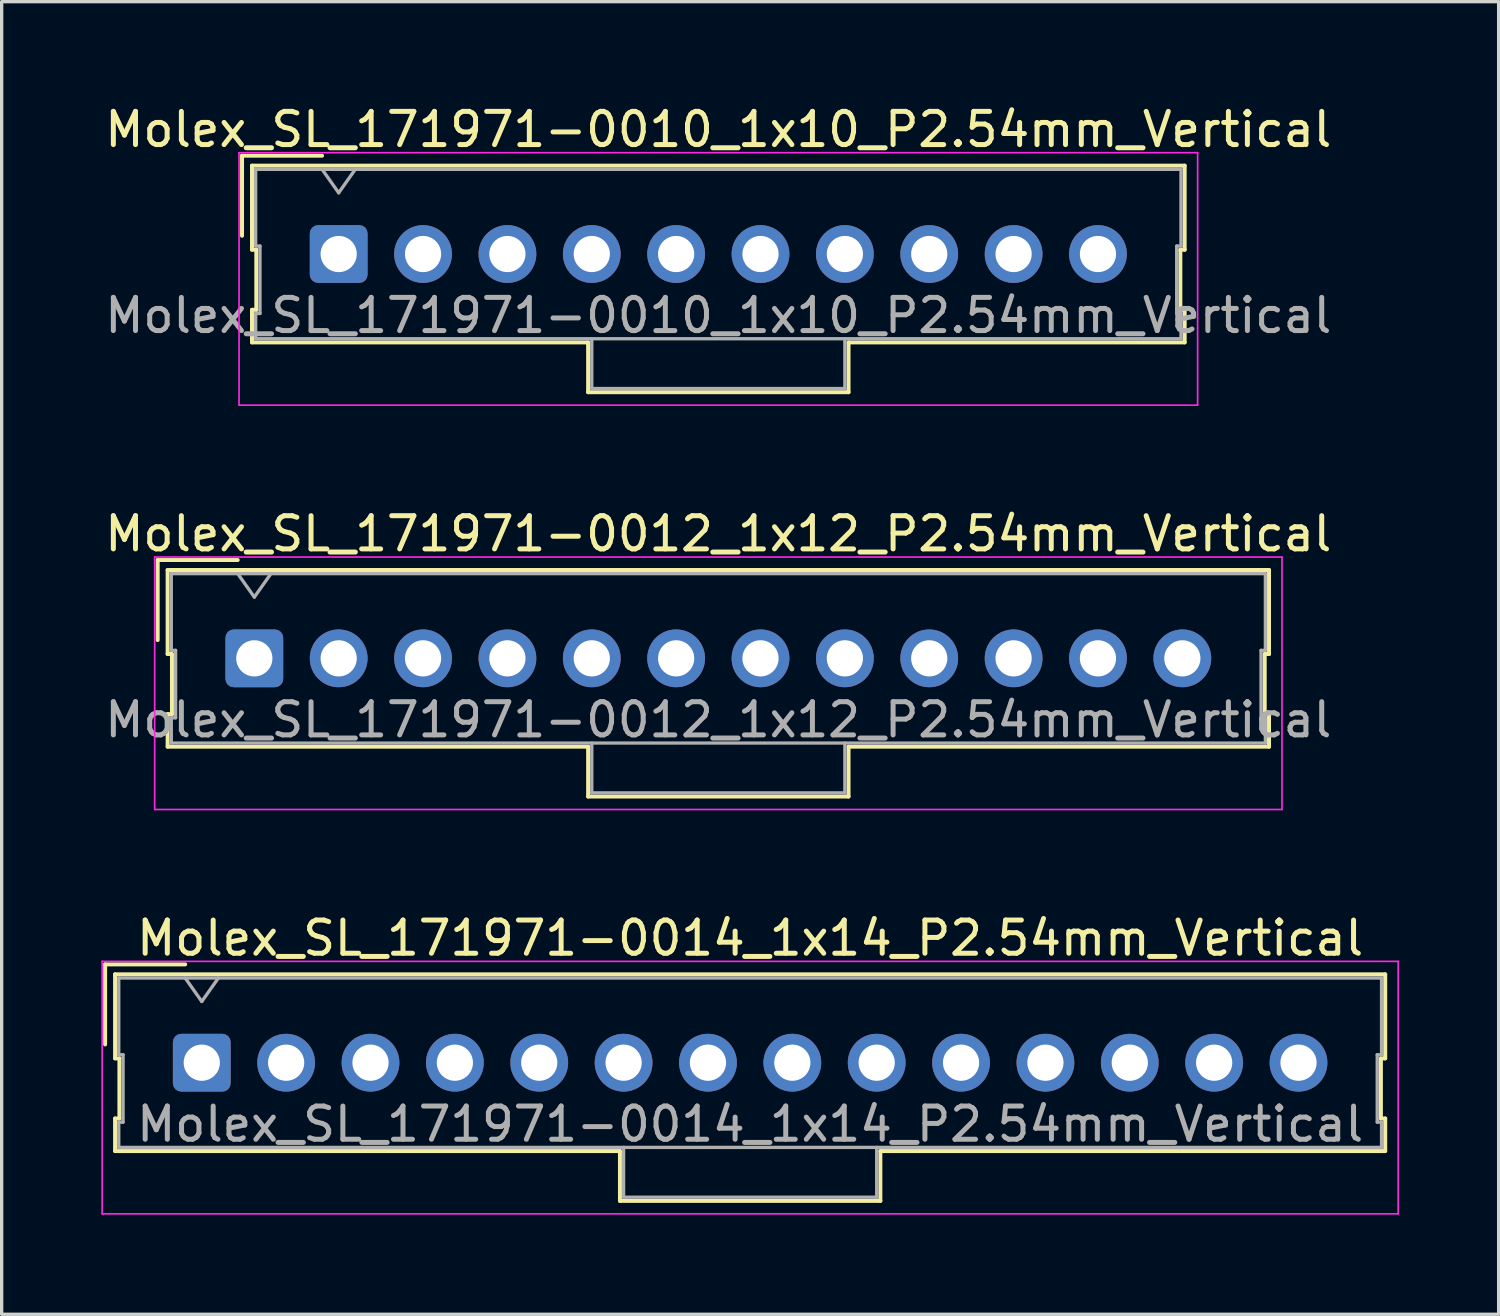
<source format=kicad_pcb>
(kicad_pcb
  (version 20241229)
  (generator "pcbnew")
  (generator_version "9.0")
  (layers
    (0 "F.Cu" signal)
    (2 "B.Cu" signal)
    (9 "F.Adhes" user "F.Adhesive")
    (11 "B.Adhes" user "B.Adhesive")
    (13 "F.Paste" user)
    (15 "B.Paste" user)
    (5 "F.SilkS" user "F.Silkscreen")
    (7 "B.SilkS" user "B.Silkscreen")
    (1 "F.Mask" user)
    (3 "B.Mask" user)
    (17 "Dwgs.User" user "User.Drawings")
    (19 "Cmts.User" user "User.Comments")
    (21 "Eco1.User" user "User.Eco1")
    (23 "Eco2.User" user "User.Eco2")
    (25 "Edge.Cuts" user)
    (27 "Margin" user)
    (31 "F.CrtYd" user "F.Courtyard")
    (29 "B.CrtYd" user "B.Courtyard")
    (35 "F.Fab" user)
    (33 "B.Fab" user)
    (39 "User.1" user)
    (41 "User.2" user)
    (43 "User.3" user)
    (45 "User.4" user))
  (footprint "Molex_SL_171971-0010_1x10_P2.54mm_Vertical"
    (layer "F.Cu")
    (at 7.147 4.598)
    (property "Reference" "Molex_SL_171971-0010_1x10_P2.54mm_Vertical" (at 11.43 -3.75 0) (layer "F.SilkS") (effects (font (size 1 1) (thickness 0.15))))
    (attr through_hole)
    (fp_line (start -2.91 -2.96) (end -0.5 -2.96) (stroke (width 0.12) (type solid)) (layer "F.SilkS"))
    (fp_line (start -2.91 -0.55) (end -2.91 -2.96) (stroke (width 0.12) (type solid)) (layer "F.SilkS"))
    (fp_line (start -2.61 -2.66) (end -2.61 -0.13) (stroke (width 0.12) (type solid)) (layer "F.SilkS"))
    (fp_line (start -2.61 -0.13) (end -2.48 -0.13) (stroke (width 0.12) (type solid)) (layer "F.SilkS"))
    (fp_line (start -2.61 1.68) (end -2.61 2.66) (stroke (width 0.12) (type solid)) (layer "F.SilkS"))
    (fp_line (start -2.61 2.66) (end 7.51 2.66) (stroke (width 0.12) (type solid)) (layer "F.SilkS"))
    (fp_line (start -2.48 -0.13) (end -2.48 1.68) (stroke (width 0.12) (type solid)) (layer "F.SilkS"))
    (fp_line (start -2.48 1.68) (end -2.61 1.68) (stroke (width 0.12) (type solid)) (layer "F.SilkS"))
    (fp_line (start 7.51 2.66) (end 7.51 4.16) (stroke (width 0.12) (type solid)) (layer "F.SilkS"))
    (fp_line (start 7.51 4.16) (end 15.35 4.16) (stroke (width 0.12) (type solid)) (layer "F.SilkS"))
    (fp_line (start 15.35 2.66) (end 25.47 2.66) (stroke (width 0.12) (type solid)) (layer "F.SilkS"))
    (fp_line (start 15.35 4.16) (end 15.35 2.66) (stroke (width 0.12) (type solid)) (layer "F.SilkS"))
    (fp_line (start 25.34 -0.13) (end 25.47 -0.13) (stroke (width 0.12) (type solid)) (layer "F.SilkS"))
    (fp_line (start 25.34 1.68) (end 25.34 -0.13) (stroke (width 0.12) (type solid)) (layer "F.SilkS"))
    (fp_line (start 25.47 -2.66) (end -2.61 -2.66) (stroke (width 0.12) (type solid)) (layer "F.SilkS"))
    (fp_line (start 25.47 -0.13) (end 25.47 -2.66) (stroke (width 0.12) (type solid)) (layer "F.SilkS"))
    (fp_line (start 25.47 1.68) (end 25.34 1.68) (stroke (width 0.12) (type solid)) (layer "F.SilkS"))
    (fp_line (start 25.47 2.66) (end 25.47 1.68) (stroke (width 0.12) (type solid)) (layer "F.SilkS"))
    (fp_line (start -3 -3.05) (end -3 4.55) (stroke (width 0.05) (type solid)) (layer "F.CrtYd"))
    (fp_line (start -3 4.55) (end 25.86 4.55) (stroke (width 0.05) (type solid)) (layer "F.CrtYd"))
    (fp_line (start 25.86 -3.05) (end -3 -3.05) (stroke (width 0.05) (type solid)) (layer "F.CrtYd"))
    (fp_line (start 25.86 4.55) (end 25.86 -3.05) (stroke (width 0.05) (type solid)) (layer "F.CrtYd"))
    (fp_line (start -2.5 -2.55) (end -2.5 -0.24) (stroke (width 0.1) (type solid)) (layer "F.Fab"))
    (fp_line (start -2.5 -0.24) (end -2.37 -0.24) (stroke (width 0.1) (type solid)) (layer "F.Fab"))
    (fp_line (start -2.5 1.79) (end -2.5 2.55) (stroke (width 0.1) (type solid)) (layer "F.Fab"))
    (fp_line (start -2.5 2.55) (end 25.36 2.55) (stroke (width 0.1) (type solid)) (layer "F.Fab"))
    (fp_line (start -2.37 -0.24) (end -2.37 1.79) (stroke (width 0.1) (type solid)) (layer "F.Fab"))
    (fp_line (start -2.37 1.79) (end -2.5 1.79) (stroke (width 0.1) (type solid)) (layer "F.Fab"))
    (fp_line (start 0 -1.843) (end -0.5 -2.55) (stroke (width 0.1) (type solid)) (layer "F.Fab"))
    (fp_line (start 0.5 -2.55) (end 0 -1.843) (stroke (width 0.1) (type solid)) (layer "F.Fab"))
    (fp_line (start 7.62 2.55) (end 7.62 4.05) (stroke (width 0.1) (type solid)) (layer "F.Fab"))
    (fp_line (start 7.62 4.05) (end 15.24 4.05) (stroke (width 0.1) (type solid)) (layer "F.Fab"))
    (fp_line (start 15.24 4.05) (end 15.24 2.55) (stroke (width 0.1) (type solid)) (layer "F.Fab"))
    (fp_line (start 25.23 -0.24) (end 25.36 -0.24) (stroke (width 0.1) (type solid)) (layer "F.Fab"))
    (fp_line (start 25.23 1.79) (end 25.23 -0.24) (stroke (width 0.1) (type solid)) (layer "F.Fab"))
    (fp_line (start 25.36 -2.55) (end -2.5 -2.55) (stroke (width 0.1) (type solid)) (layer "F.Fab"))
    (fp_line (start 25.36 -0.24) (end 25.36 -2.55) (stroke (width 0.1) (type solid)) (layer "F.Fab"))
    (fp_line (start 25.36 1.79) (end 25.23 1.79) (stroke (width 0.1) (type solid)) (layer "F.Fab"))
    (fp_line (start 25.36 2.55) (end 25.36 1.79) (stroke (width 0.1) (type solid)) (layer "F.Fab"))
    (fp_text user "${REFERENCE}" (at 11.43 1.85 0) (layer "F.Fab") (effects (font (size 1 1) (thickness 0.15))))
    (pad "1" thru_hole roundrect (at 0 0) (size 1.74 1.74) (drill 1.09) (layers "*.Cu" "*.Mask") (roundrect_rratio 0.144))
    (pad "2" thru_hole circle (at 2.54 0) (size 1.74 1.74) (drill 1.09) (layers "*.Cu" "*.Mask"))
    (pad "3" thru_hole circle (at 5.08 0) (size 1.74 1.74) (drill 1.09) (layers "*.Cu" "*.Mask"))
    (pad "4" thru_hole circle (at 7.62 0) (size 1.74 1.74) (drill 1.09) (layers "*.Cu" "*.Mask"))
    (pad "5" thru_hole circle (at 10.16 0) (size 1.74 1.74) (drill 1.09) (layers "*.Cu" "*.Mask"))
    (pad "6" thru_hole circle (at 12.7 0) (size 1.74 1.74) (drill 1.09) (layers "*.Cu" "*.Mask"))
    (pad "7" thru_hole circle (at 15.24 0) (size 1.74 1.74) (drill 1.09) (layers "*.Cu" "*.Mask"))
    (pad "8" thru_hole circle (at 17.78 0) (size 1.74 1.74) (drill 1.09) (layers "*.Cu" "*.Mask"))
    (pad "9" thru_hole circle (at 20.32 0) (size 1.74 1.74) (drill 1.09) (layers "*.Cu" "*.Mask"))
    (pad "10" thru_hole circle (at 22.86 0) (size 1.74 1.74) (drill 1.09) (layers "*.Cu" "*.Mask")))
  (footprint "Molex_SL_171971-0014_1x14_P2.54mm_Vertical"
    (layer "F.Cu")
    (at 3.025 28.945)
    (property "Reference" "Molex_SL_171971-0014_1x14_P2.54mm_Vertical" (at 16.51 -3.75 0) (layer "F.SilkS") (effects (font (size 1 1) (thickness 0.15))))
    (attr through_hole)
    (fp_line (start -2.91 -2.96) (end -0.5 -2.96) (stroke (width 0.12) (type solid)) (layer "F.SilkS"))
    (fp_line (start -2.91 -0.55) (end -2.91 -2.96) (stroke (width 0.12) (type solid)) (layer "F.SilkS"))
    (fp_line (start -2.61 -2.66) (end -2.61 -0.13) (stroke (width 0.12) (type solid)) (layer "F.SilkS"))
    (fp_line (start -2.61 -0.13) (end -2.48 -0.13) (stroke (width 0.12) (type solid)) (layer "F.SilkS"))
    (fp_line (start -2.61 1.68) (end -2.61 2.66) (stroke (width 0.12) (type solid)) (layer "F.SilkS"))
    (fp_line (start -2.61 2.66) (end 12.59 2.66) (stroke (width 0.12) (type solid)) (layer "F.SilkS"))
    (fp_line (start -2.48 -0.13) (end -2.48 1.68) (stroke (width 0.12) (type solid)) (layer "F.SilkS"))
    (fp_line (start -2.48 1.68) (end -2.61 1.68) (stroke (width 0.12) (type solid)) (layer "F.SilkS"))
    (fp_line (start 12.59 2.66) (end 12.59 4.16) (stroke (width 0.12) (type solid)) (layer "F.SilkS"))
    (fp_line (start 12.59 4.16) (end 20.43 4.16) (stroke (width 0.12) (type solid)) (layer "F.SilkS"))
    (fp_line (start 20.43 2.66) (end 35.63 2.66) (stroke (width 0.12) (type solid)) (layer "F.SilkS"))
    (fp_line (start 20.43 4.16) (end 20.43 2.66) (stroke (width 0.12) (type solid)) (layer "F.SilkS"))
    (fp_line (start 35.5 -0.13) (end 35.63 -0.13) (stroke (width 0.12) (type solid)) (layer "F.SilkS"))
    (fp_line (start 35.5 1.68) (end 35.5 -0.13) (stroke (width 0.12) (type solid)) (layer "F.SilkS"))
    (fp_line (start 35.63 -2.66) (end -2.61 -2.66) (stroke (width 0.12) (type solid)) (layer "F.SilkS"))
    (fp_line (start 35.63 -0.13) (end 35.63 -2.66) (stroke (width 0.12) (type solid)) (layer "F.SilkS"))
    (fp_line (start 35.63 1.68) (end 35.5 1.68) (stroke (width 0.12) (type solid)) (layer "F.SilkS"))
    (fp_line (start 35.63 2.66) (end 35.63 1.68) (stroke (width 0.12) (type solid)) (layer "F.SilkS"))
    (fp_line (start -3 -3.05) (end -3 4.55) (stroke (width 0.05) (type solid)) (layer "F.CrtYd"))
    (fp_line (start -3 4.55) (end 36.02 4.55) (stroke (width 0.05) (type solid)) (layer "F.CrtYd"))
    (fp_line (start 36.02 -3.05) (end -3 -3.05) (stroke (width 0.05) (type solid)) (layer "F.CrtYd"))
    (fp_line (start 36.02 4.55) (end 36.02 -3.05) (stroke (width 0.05) (type solid)) (layer "F.CrtYd"))
    (fp_line (start -2.5 -2.55) (end -2.5 -0.24) (stroke (width 0.1) (type solid)) (layer "F.Fab"))
    (fp_line (start -2.5 -0.24) (end -2.37 -0.24) (stroke (width 0.1) (type solid)) (layer "F.Fab"))
    (fp_line (start -2.5 1.79) (end -2.5 2.55) (stroke (width 0.1) (type solid)) (layer "F.Fab"))
    (fp_line (start -2.5 2.55) (end 35.52 2.55) (stroke (width 0.1) (type solid)) (layer "F.Fab"))
    (fp_line (start -2.37 -0.24) (end -2.37 1.79) (stroke (width 0.1) (type solid)) (layer "F.Fab"))
    (fp_line (start -2.37 1.79) (end -2.5 1.79) (stroke (width 0.1) (type solid)) (layer "F.Fab"))
    (fp_line (start 0 -1.843) (end -0.5 -2.55) (stroke (width 0.1) (type solid)) (layer "F.Fab"))
    (fp_line (start 0.5 -2.55) (end 0 -1.843) (stroke (width 0.1) (type solid)) (layer "F.Fab"))
    (fp_line (start 12.7 2.55) (end 12.7 4.05) (stroke (width 0.1) (type solid)) (layer "F.Fab"))
    (fp_line (start 12.7 4.05) (end 20.32 4.05) (stroke (width 0.1) (type solid)) (layer "F.Fab"))
    (fp_line (start 20.32 4.05) (end 20.32 2.55) (stroke (width 0.1) (type solid)) (layer "F.Fab"))
    (fp_line (start 35.39 -0.24) (end 35.52 -0.24) (stroke (width 0.1) (type solid)) (layer "F.Fab"))
    (fp_line (start 35.39 1.79) (end 35.39 -0.24) (stroke (width 0.1) (type solid)) (layer "F.Fab"))
    (fp_line (start 35.52 -2.55) (end -2.5 -2.55) (stroke (width 0.1) (type solid)) (layer "F.Fab"))
    (fp_line (start 35.52 -0.24) (end 35.52 -2.55) (stroke (width 0.1) (type solid)) (layer "F.Fab"))
    (fp_line (start 35.52 1.79) (end 35.39 1.79) (stroke (width 0.1) (type solid)) (layer "F.Fab"))
    (fp_line (start 35.52 2.55) (end 35.52 1.79) (stroke (width 0.1) (type solid)) (layer "F.Fab"))
    (fp_text user "${REFERENCE}" (at 16.51 1.85 0) (layer "F.Fab") (effects (font (size 1 1) (thickness 0.15))))
    (pad "1" thru_hole roundrect (at 0 0) (size 1.74 1.74) (drill 1.09) (layers "*.Cu" "*.Mask") (roundrect_rratio 0.144))
    (pad "2" thru_hole circle (at 2.54 0) (size 1.74 1.74) (drill 1.09) (layers "*.Cu" "*.Mask"))
    (pad "3" thru_hole circle (at 5.08 0) (size 1.74 1.74) (drill 1.09) (layers "*.Cu" "*.Mask"))
    (pad "4" thru_hole circle (at 7.62 0) (size 1.74 1.74) (drill 1.09) (layers "*.Cu" "*.Mask"))
    (pad "5" thru_hole circle (at 10.16 0) (size 1.74 1.74) (drill 1.09) (layers "*.Cu" "*.Mask"))
    (pad "6" thru_hole circle (at 12.7 0) (size 1.74 1.74) (drill 1.09) (layers "*.Cu" "*.Mask"))
    (pad "7" thru_hole circle (at 15.24 0) (size 1.74 1.74) (drill 1.09) (layers "*.Cu" "*.Mask"))
    (pad "8" thru_hole circle (at 17.78 0) (size 1.74 1.74) (drill 1.09) (layers "*.Cu" "*.Mask"))
    (pad "9" thru_hole circle (at 20.32 0) (size 1.74 1.74) (drill 1.09) (layers "*.Cu" "*.Mask"))
    (pad "10" thru_hole circle (at 22.86 0) (size 1.74 1.74) (drill 1.09) (layers "*.Cu" "*.Mask"))
    (pad "11" thru_hole circle (at 25.4 0) (size 1.74 1.74) (drill 1.09) (layers "*.Cu" "*.Mask"))
    (pad "12" thru_hole circle (at 27.94 0) (size 1.74 1.74) (drill 1.09) (layers "*.Cu" "*.Mask"))
    (pad "13" thru_hole circle (at 30.48 0) (size 1.74 1.74) (drill 1.09) (layers "*.Cu" "*.Mask"))
    (pad "14" thru_hole circle (at 33.02 0) (size 1.74 1.74) (drill 1.09) (layers "*.Cu" "*.Mask")))
  (footprint "Molex_SL_171971-0012_1x12_P2.54mm_Vertical"
    (layer "F.Cu")
    (at 4.607 16.771)
    (property "Reference" "Molex_SL_171971-0012_1x12_P2.54mm_Vertical" (at 13.97 -3.75 0) (layer "F.SilkS") (effects (font (size 1 1) (thickness 0.15))))
    (attr through_hole)
    (fp_line (start -2.91 -2.96) (end -0.5 -2.96) (stroke (width 0.12) (type solid)) (layer "F.SilkS"))
    (fp_line (start -2.91 -0.55) (end -2.91 -2.96) (stroke (width 0.12) (type solid)) (layer "F.SilkS"))
    (fp_line (start -2.61 -2.66) (end -2.61 -0.13) (stroke (width 0.12) (type solid)) (layer "F.SilkS"))
    (fp_line (start -2.61 -0.13) (end -2.48 -0.13) (stroke (width 0.12) (type solid)) (layer "F.SilkS"))
    (fp_line (start -2.61 1.68) (end -2.61 2.66) (stroke (width 0.12) (type solid)) (layer "F.SilkS"))
    (fp_line (start -2.61 2.66) (end 10.05 2.66) (stroke (width 0.12) (type solid)) (layer "F.SilkS"))
    (fp_line (start -2.48 -0.13) (end -2.48 1.68) (stroke (width 0.12) (type solid)) (layer "F.SilkS"))
    (fp_line (start -2.48 1.68) (end -2.61 1.68) (stroke (width 0.12) (type solid)) (layer "F.SilkS"))
    (fp_line (start 10.05 2.66) (end 10.05 4.16) (stroke (width 0.12) (type solid)) (layer "F.SilkS"))
    (fp_line (start 10.05 4.16) (end 17.89 4.16) (stroke (width 0.12) (type solid)) (layer "F.SilkS"))
    (fp_line (start 17.89 2.66) (end 30.55 2.66) (stroke (width 0.12) (type solid)) (layer "F.SilkS"))
    (fp_line (start 17.89 4.16) (end 17.89 2.66) (stroke (width 0.12) (type solid)) (layer "F.SilkS"))
    (fp_line (start 30.42 -0.13) (end 30.55 -0.13) (stroke (width 0.12) (type solid)) (layer "F.SilkS"))
    (fp_line (start 30.42 1.68) (end 30.42 -0.13) (stroke (width 0.12) (type solid)) (layer "F.SilkS"))
    (fp_line (start 30.55 -2.66) (end -2.61 -2.66) (stroke (width 0.12) (type solid)) (layer "F.SilkS"))
    (fp_line (start 30.55 -0.13) (end 30.55 -2.66) (stroke (width 0.12) (type solid)) (layer "F.SilkS"))
    (fp_line (start 30.55 1.68) (end 30.42 1.68) (stroke (width 0.12) (type solid)) (layer "F.SilkS"))
    (fp_line (start 30.55 2.66) (end 30.55 1.68) (stroke (width 0.12) (type solid)) (layer "F.SilkS"))
    (fp_line (start -3 -3.05) (end -3 4.55) (stroke (width 0.05) (type solid)) (layer "F.CrtYd"))
    (fp_line (start -3 4.55) (end 30.94 4.55) (stroke (width 0.05) (type solid)) (layer "F.CrtYd"))
    (fp_line (start 30.94 -3.05) (end -3 -3.05) (stroke (width 0.05) (type solid)) (layer "F.CrtYd"))
    (fp_line (start 30.94 4.55) (end 30.94 -3.05) (stroke (width 0.05) (type solid)) (layer "F.CrtYd"))
    (fp_line (start -2.5 -2.55) (end -2.5 -0.24) (stroke (width 0.1) (type solid)) (layer "F.Fab"))
    (fp_line (start -2.5 -0.24) (end -2.37 -0.24) (stroke (width 0.1) (type solid)) (layer "F.Fab"))
    (fp_line (start -2.5 1.79) (end -2.5 2.55) (stroke (width 0.1) (type solid)) (layer "F.Fab"))
    (fp_line (start -2.5 2.55) (end 30.44 2.55) (stroke (width 0.1) (type solid)) (layer "F.Fab"))
    (fp_line (start -2.37 -0.24) (end -2.37 1.79) (stroke (width 0.1) (type solid)) (layer "F.Fab"))
    (fp_line (start -2.37 1.79) (end -2.5 1.79) (stroke (width 0.1) (type solid)) (layer "F.Fab"))
    (fp_line (start 0 -1.843) (end -0.5 -2.55) (stroke (width 0.1) (type solid)) (layer "F.Fab"))
    (fp_line (start 0.5 -2.55) (end 0 -1.843) (stroke (width 0.1) (type solid)) (layer "F.Fab"))
    (fp_line (start 10.16 2.55) (end 10.16 4.05) (stroke (width 0.1) (type solid)) (layer "F.Fab"))
    (fp_line (start 10.16 4.05) (end 17.78 4.05) (stroke (width 0.1) (type solid)) (layer "F.Fab"))
    (fp_line (start 17.78 4.05) (end 17.78 2.55) (stroke (width 0.1) (type solid)) (layer "F.Fab"))
    (fp_line (start 30.31 -0.24) (end 30.44 -0.24) (stroke (width 0.1) (type solid)) (layer "F.Fab"))
    (fp_line (start 30.31 1.79) (end 30.31 -0.24) (stroke (width 0.1) (type solid)) (layer "F.Fab"))
    (fp_line (start 30.44 -2.55) (end -2.5 -2.55) (stroke (width 0.1) (type solid)) (layer "F.Fab"))
    (fp_line (start 30.44 -0.24) (end 30.44 -2.55) (stroke (width 0.1) (type solid)) (layer "F.Fab"))
    (fp_line (start 30.44 1.79) (end 30.31 1.79) (stroke (width 0.1) (type solid)) (layer "F.Fab"))
    (fp_line (start 30.44 2.55) (end 30.44 1.79) (stroke (width 0.1) (type solid)) (layer "F.Fab"))
    (fp_text user "${REFERENCE}" (at 13.97 1.85 0) (layer "F.Fab") (effects (font (size 1 1) (thickness 0.15))))
    (pad "1" thru_hole roundrect (at 0 0) (size 1.74 1.74) (drill 1.09) (layers "*.Cu" "*.Mask") (roundrect_rratio 0.144))
    (pad "2" thru_hole circle (at 2.54 0) (size 1.74 1.74) (drill 1.09) (layers "*.Cu" "*.Mask"))
    (pad "3" thru_hole circle (at 5.08 0) (size 1.74 1.74) (drill 1.09) (layers "*.Cu" "*.Mask"))
    (pad "4" thru_hole circle (at 7.62 0) (size 1.74 1.74) (drill 1.09) (layers "*.Cu" "*.Mask"))
    (pad "5" thru_hole circle (at 10.16 0) (size 1.74 1.74) (drill 1.09) (layers "*.Cu" "*.Mask"))
    (pad "6" thru_hole circle (at 12.7 0) (size 1.74 1.74) (drill 1.09) (layers "*.Cu" "*.Mask"))
    (pad "7" thru_hole circle (at 15.24 0) (size 1.74 1.74) (drill 1.09) (layers "*.Cu" "*.Mask"))
    (pad "8" thru_hole circle (at 17.78 0) (size 1.74 1.74) (drill 1.09) (layers "*.Cu" "*.Mask"))
    (pad "9" thru_hole circle (at 20.32 0) (size 1.74 1.74) (drill 1.09) (layers "*.Cu" "*.Mask"))
    (pad "10" thru_hole circle (at 22.86 0) (size 1.74 1.74) (drill 1.09) (layers "*.Cu" "*.Mask"))
    (pad "11" thru_hole circle (at 25.4 0) (size 1.74 1.74) (drill 1.09) (layers "*.Cu" "*.Mask"))
    (pad "12" thru_hole circle (at 27.94 0) (size 1.74 1.74) (drill 1.09) (layers "*.Cu" "*.Mask")))
  (gr_rect
    (start -3 -3)
    (end 42.07 36.52)
    (stroke (width 0.1) (type default))
    (fill no)
    (layer "Edge.Cuts")))
</source>
